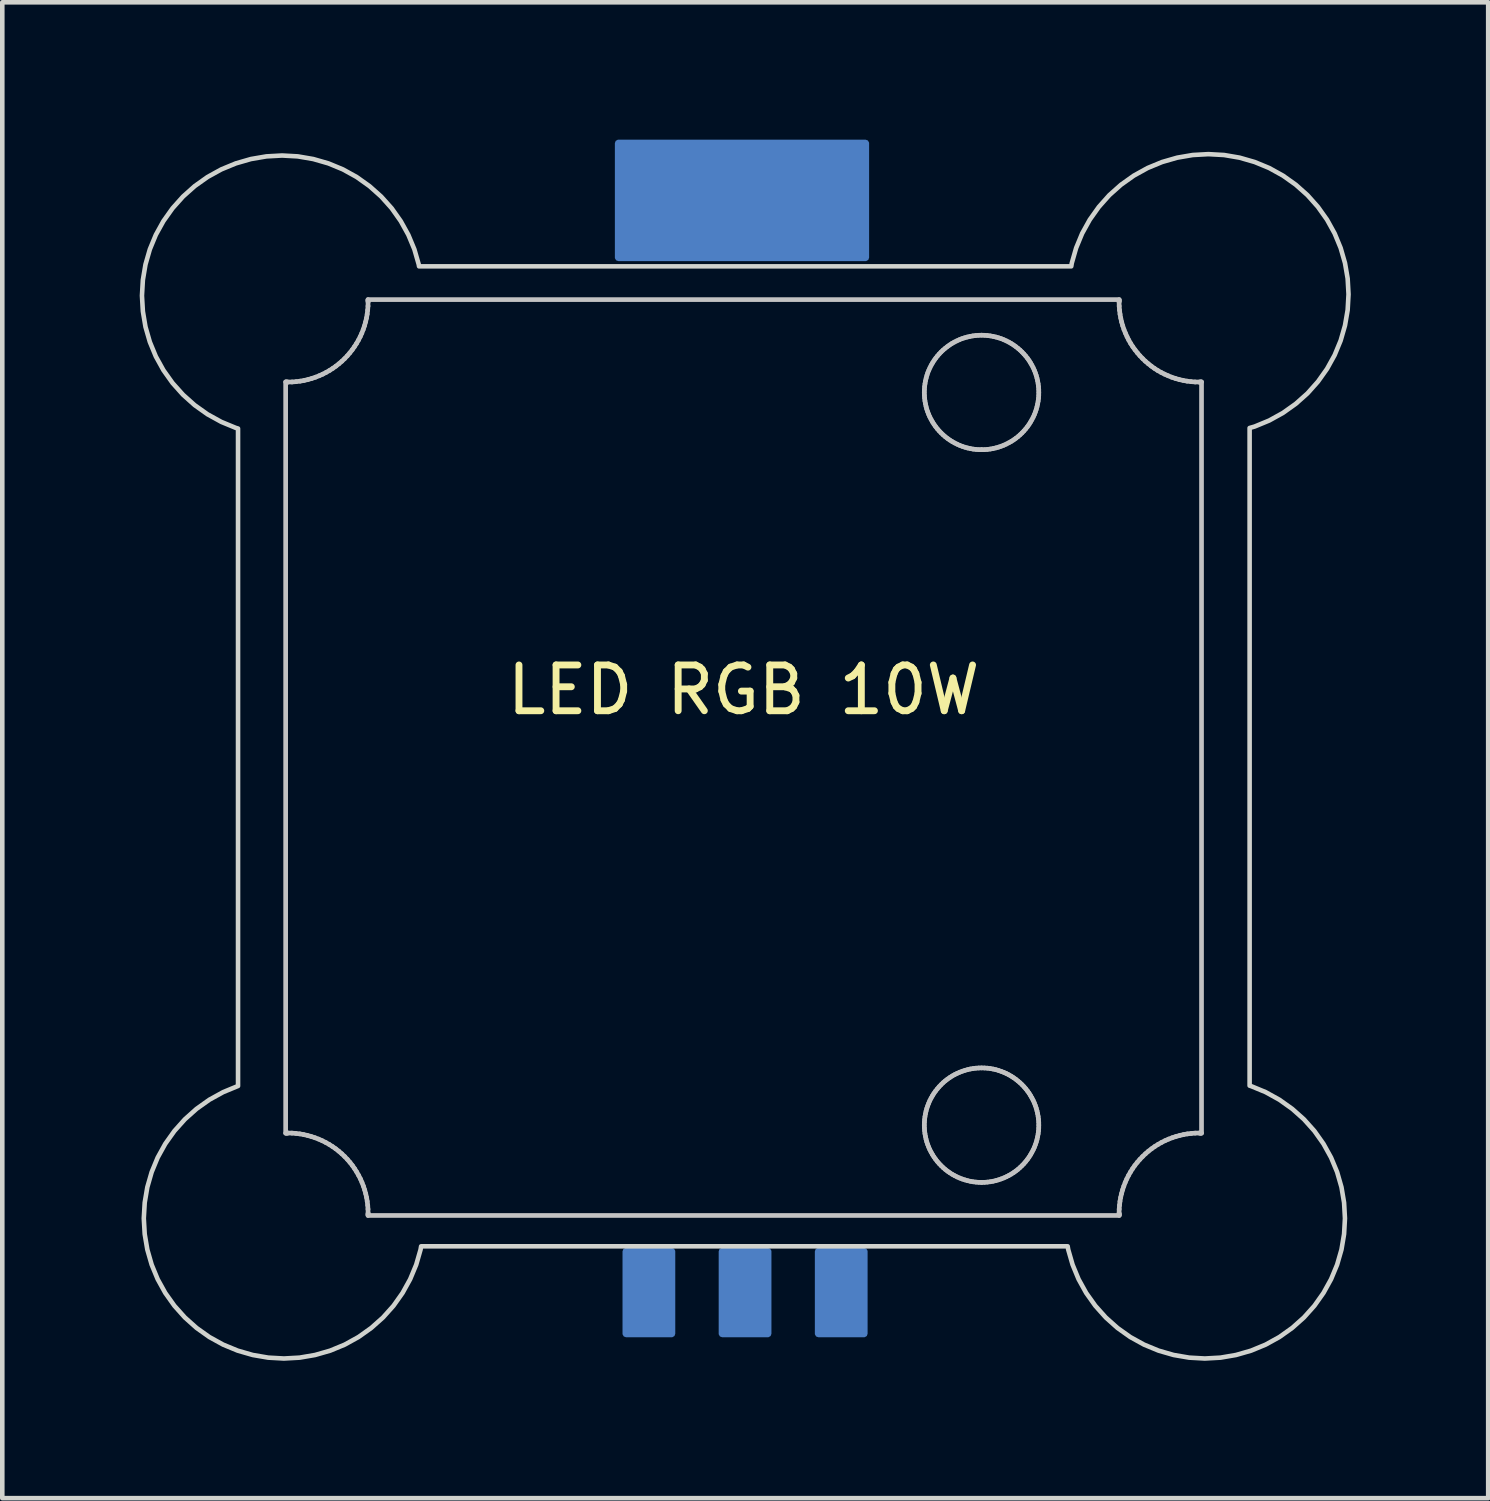
<source format=kicad_pcb>
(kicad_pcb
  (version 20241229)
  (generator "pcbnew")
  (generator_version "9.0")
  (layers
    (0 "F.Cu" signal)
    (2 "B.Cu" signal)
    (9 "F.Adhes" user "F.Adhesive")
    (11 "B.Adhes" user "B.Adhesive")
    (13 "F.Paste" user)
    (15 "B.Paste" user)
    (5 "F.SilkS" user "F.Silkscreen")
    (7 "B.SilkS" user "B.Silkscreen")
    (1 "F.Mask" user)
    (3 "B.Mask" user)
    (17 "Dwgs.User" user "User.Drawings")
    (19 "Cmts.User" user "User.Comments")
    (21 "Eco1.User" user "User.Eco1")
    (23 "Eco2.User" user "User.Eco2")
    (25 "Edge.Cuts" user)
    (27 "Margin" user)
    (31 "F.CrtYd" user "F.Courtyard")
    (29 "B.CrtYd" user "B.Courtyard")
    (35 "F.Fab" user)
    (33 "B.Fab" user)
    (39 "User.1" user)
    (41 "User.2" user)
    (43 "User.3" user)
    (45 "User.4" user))
  (footprint "LED RGB 10W"
    (layer "F.Cu")
    (at 13.188 12.516)
    (property "Reference" "LED RGB 10W" (at 0 -0.5 0) (unlocked yes) (layer "F.SilkS") (effects (font (size 1 1) (thickness 0.15))))
    (attr smd)
    (fp_line (start -10 -7.226) (end -9.987 -7.225) (stroke (width 0.102) (type solid)) (layer "Dwgs.User"))
    (fp_line (start -10 9.179) (end -10 -7.226) (stroke (width 0.102) (type solid)) (layer "Dwgs.User"))
    (fp_line (start -9.987 -7.225) (end -9.975 -7.224) (stroke (width 0.102) (type solid)) (layer "Dwgs.User"))
    (fp_line (start -9.987 9.178) (end -10 9.179) (stroke (width 0.102) (type solid)) (layer "Dwgs.User"))
    (fp_line (start -9.975 9.177) (end -9.987 9.178) (stroke (width 0.102) (type solid)) (layer "Dwgs.User"))
    (fp_line (start -9.975 -7.224) (end -9.962 -7.223) (stroke (width 0.102) (type solid)) (layer "Dwgs.User"))
    (fp_line (start -9.962 9.177) (end -9.975 9.177) (stroke (width 0.102) (type solid)) (layer "Dwgs.User"))
    (fp_line (start -9.962 -7.223) (end -9.95 -7.223) (stroke (width 0.102) (type solid)) (layer "Dwgs.User"))
    (fp_line (start -9.95 9.176) (end -9.962 9.177) (stroke (width 0.102) (type solid)) (layer "Dwgs.User"))
    (fp_line (start -9.95 -7.223) (end -9.86 -7.225) (stroke (width 0.102) (type solid)) (layer "Dwgs.User"))
    (fp_line (start -9.863 9.178) (end -9.95 9.176) (stroke (width 0.102) (type solid)) (layer "Dwgs.User"))
    (fp_line (start -9.86 -7.225) (end -9.771 -7.232) (stroke (width 0.102) (type solid)) (layer "Dwgs.User"))
    (fp_line (start -9.777 9.185) (end -9.863 9.178) (stroke (width 0.102) (type solid)) (layer "Dwgs.User"))
    (fp_line (start -9.771 -7.232) (end -9.683 -7.243) (stroke (width 0.102) (type solid)) (layer "Dwgs.User"))
    (fp_line (start -9.691 9.195) (end -9.777 9.185) (stroke (width 0.102) (type solid)) (layer "Dwgs.User"))
    (fp_line (start -9.683 -7.243) (end -9.597 -7.258) (stroke (width 0.102) (type solid)) (layer "Dwgs.User"))
    (fp_line (start -9.607 9.21) (end -9.691 9.195) (stroke (width 0.102) (type solid)) (layer "Dwgs.User"))
    (fp_line (start -9.597 -7.258) (end -9.512 -7.278) (stroke (width 0.102) (type solid)) (layer "Dwgs.User"))
    (fp_line (start -9.523 9.229) (end -9.607 9.21) (stroke (width 0.102) (type solid)) (layer "Dwgs.User"))
    (fp_line (start -9.512 -7.278) (end -9.429 -7.302) (stroke (width 0.102) (type solid)) (layer "Dwgs.User"))
    (fp_line (start -9.441 9.252) (end -9.523 9.229) (stroke (width 0.102) (type solid)) (layer "Dwgs.User"))
    (fp_line (start -9.429 -7.302) (end -9.348 -7.329) (stroke (width 0.102) (type solid)) (layer "Dwgs.User"))
    (fp_line (start -9.36 9.279) (end -9.441 9.252) (stroke (width 0.102) (type solid)) (layer "Dwgs.User"))
    (fp_line (start -9.348 -7.329) (end -9.269 -7.36) (stroke (width 0.102) (type solid)) (layer "Dwgs.User"))
    (fp_line (start -9.28 9.309) (end -9.36 9.279) (stroke (width 0.102) (type solid)) (layer "Dwgs.User"))
    (fp_line (start -9.269 -7.36) (end -9.191 -7.395) (stroke (width 0.102) (type solid)) (layer "Dwgs.User"))
    (fp_line (start -9.202 9.344) (end -9.28 9.309) (stroke (width 0.102) (type solid)) (layer "Dwgs.User"))
    (fp_line (start -9.191 -7.395) (end -9.116 -7.434) (stroke (width 0.102) (type solid)) (layer "Dwgs.User"))
    (fp_line (start -9.126 9.382) (end -9.202 9.344) (stroke (width 0.102) (type solid)) (layer "Dwgs.User"))
    (fp_line (start -9.116 -7.434) (end -9.042 -7.476) (stroke (width 0.102) (type solid)) (layer "Dwgs.User"))
    (fp_line (start -9.051 9.424) (end -9.126 9.382) (stroke (width 0.102) (type solid)) (layer "Dwgs.User"))
    (fp_line (start -9.042 -7.476) (end -8.971 -7.522) (stroke (width 0.102) (type solid)) (layer "Dwgs.User"))
    (fp_line (start -8.979 9.47) (end -9.051 9.424) (stroke (width 0.102) (type solid)) (layer "Dwgs.User"))
    (fp_line (start -8.971 -7.522) (end -8.903 -7.57) (stroke (width 0.102) (type solid)) (layer "Dwgs.User"))
    (fp_line (start -8.909 9.519) (end -8.979 9.47) (stroke (width 0.102) (type solid)) (layer "Dwgs.User"))
    (fp_line (start -8.903 -7.57) (end -8.837 -7.622) (stroke (width 0.102) (type solid)) (layer "Dwgs.User"))
    (fp_line (start -8.841 9.572) (end -8.909 9.519) (stroke (width 0.102) (type solid)) (layer "Dwgs.User"))
    (fp_line (start -8.837 -7.622) (end -8.773 -7.677) (stroke (width 0.102) (type solid)) (layer "Dwgs.User"))
    (fp_line (start -8.775 9.629) (end -8.841 9.572) (stroke (width 0.102) (type solid)) (layer "Dwgs.User"))
    (fp_line (start -8.773 -7.677) (end -8.712 -7.735) (stroke (width 0.102) (type solid)) (layer "Dwgs.User"))
    (fp_line (start -8.712 -7.735) (end -8.654 -7.796) (stroke (width 0.102) (type solid)) (layer "Dwgs.User"))
    (fp_line (start -8.712 9.689) (end -8.775 9.629) (stroke (width 0.102) (type solid)) (layer "Dwgs.User"))
    (fp_line (start -8.654 -7.796) (end -8.599 -7.86) (stroke (width 0.102) (type solid)) (layer "Dwgs.User"))
    (fp_line (start -8.652 9.752) (end -8.712 9.689) (stroke (width 0.102) (type solid)) (layer "Dwgs.User"))
    (fp_line (start -8.599 -7.86) (end -8.547 -7.926) (stroke (width 0.102) (type solid)) (layer "Dwgs.User"))
    (fp_line (start -8.596 9.817) (end -8.652 9.752) (stroke (width 0.102) (type solid)) (layer "Dwgs.User"))
    (fp_line (start -8.547 -7.926) (end -8.499 -7.994) (stroke (width 0.102) (type solid)) (layer "Dwgs.User"))
    (fp_line (start -8.543 9.885) (end -8.596 9.817) (stroke (width 0.102) (type solid)) (layer "Dwgs.User"))
    (fp_line (start -8.499 -7.994) (end -8.453 -8.065) (stroke (width 0.102) (type solid)) (layer "Dwgs.User"))
    (fp_line (start -8.494 9.955) (end -8.543 9.885) (stroke (width 0.102) (type solid)) (layer "Dwgs.User"))
    (fp_line (start -8.453 -8.065) (end -8.411 -8.138) (stroke (width 0.102) (type solid)) (layer "Dwgs.User"))
    (fp_line (start -8.448 10.028) (end -8.494 9.955) (stroke (width 0.102) (type solid)) (layer "Dwgs.User"))
    (fp_line (start -8.411 -8.138) (end -8.372 -8.214) (stroke (width 0.102) (type solid)) (layer "Dwgs.User"))
    (fp_line (start -8.406 10.102) (end -8.448 10.028) (stroke (width 0.102) (type solid)) (layer "Dwgs.User"))
    (fp_line (start -8.372 -8.214) (end -8.337 -8.291) (stroke (width 0.102) (type solid)) (layer "Dwgs.User"))
    (fp_line (start -8.367 10.178) (end -8.406 10.102) (stroke (width 0.102) (type solid)) (layer "Dwgs.User"))
    (fp_line (start -8.337 -8.291) (end -8.306 -8.371) (stroke (width 0.102) (type solid)) (layer "Dwgs.User"))
    (fp_line (start -8.333 10.256) (end -8.367 10.178) (stroke (width 0.102) (type solid)) (layer "Dwgs.User"))
    (fp_line (start -8.306 -8.371) (end -8.278 -8.452) (stroke (width 0.102) (type solid)) (layer "Dwgs.User"))
    (fp_line (start -8.302 10.336) (end -8.333 10.256) (stroke (width 0.102) (type solid)) (layer "Dwgs.User"))
    (fp_line (start -8.278 -8.452) (end -8.255 -8.535) (stroke (width 0.102) (type solid)) (layer "Dwgs.User"))
    (fp_line (start -8.275 10.417) (end -8.302 10.336) (stroke (width 0.102) (type solid)) (layer "Dwgs.User"))
    (fp_line (start -8.255 -8.535) (end -8.235 -8.62) (stroke (width 0.102) (type solid)) (layer "Dwgs.User"))
    (fp_line (start -8.252 10.5) (end -8.275 10.417) (stroke (width 0.102) (type solid)) (layer "Dwgs.User"))
    (fp_line (start -8.235 -8.62) (end -8.22 -8.706) (stroke (width 0.102) (type solid)) (layer "Dwgs.User"))
    (fp_line (start -8.233 10.583) (end -8.252 10.5) (stroke (width 0.102) (type solid)) (layer "Dwgs.User"))
    (fp_line (start -8.22 -8.706) (end -8.209 -8.794) (stroke (width 0.102) (type solid)) (layer "Dwgs.User"))
    (fp_line (start -8.219 10.668) (end -8.233 10.583) (stroke (width 0.102) (type solid)) (layer "Dwgs.User"))
    (fp_line (start -8.209 -8.794) (end -8.202 -8.882) (stroke (width 0.102) (type solid)) (layer "Dwgs.User"))
    (fp_line (start -8.208 10.753) (end -8.219 10.668) (stroke (width 0.102) (type solid)) (layer "Dwgs.User"))
    (fp_line (start -8.202 -9.023) (end 8.202 -9.023) (stroke (width 0.102) (type solid)) (layer "Dwgs.User"))
    (fp_line (start -8.202 -8.882) (end -8.2 -8.973) (stroke (width 0.102) (type solid)) (layer "Dwgs.User"))
    (fp_line (start -8.202 10.839) (end -8.208 10.753) (stroke (width 0.102) (type solid)) (layer "Dwgs.User"))
    (fp_line (start -8.202 -9.01) (end -8.202 -9.023) (stroke (width 0.102) (type solid)) (layer "Dwgs.User"))
    (fp_line (start -8.201 10.976) (end -8.201 10.963) (stroke (width 0.102) (type solid)) (layer "Dwgs.User"))
    (fp_line (start -8.201 -8.998) (end -8.202 -9.01) (stroke (width 0.102) (type solid)) (layer "Dwgs.User"))
    (fp_line (start -8.201 10.963) (end -8.2 10.951) (stroke (width 0.102) (type solid)) (layer "Dwgs.User"))
    (fp_line (start -8.2 10.951) (end -8.2 10.939) (stroke (width 0.102) (type solid)) (layer "Dwgs.User"))
    (fp_line (start -8.2 -8.985) (end -8.201 -8.998) (stroke (width 0.102) (type solid)) (layer "Dwgs.User"))
    (fp_line (start -8.2 10.939) (end -8.2 10.926) (stroke (width 0.102) (type solid)) (layer "Dwgs.User"))
    (fp_line (start -8.2 -8.973) (end -8.2 -8.985) (stroke (width 0.102) (type solid)) (layer "Dwgs.User"))
    (fp_line (start -8.2 10.926) (end -8.202 10.839) (stroke (width 0.102) (type solid)) (layer "Dwgs.User"))
    (fp_line (start 3.946 -6.996) (end 3.948 -6.934) (stroke (width 0.102) (type solid)) (layer "Dwgs.User"))
    (fp_line (start 3.946 9.004) (end 3.948 9.066) (stroke (width 0.102) (type solid)) (layer "Dwgs.User"))
    (fp_line (start 3.948 8.942) (end 3.946 9.004) (stroke (width 0.102) (type solid)) (layer "Dwgs.User"))
    (fp_line (start 3.948 -6.934) (end 3.953 -6.872) (stroke (width 0.102) (type solid)) (layer "Dwgs.User"))
    (fp_line (start 3.948 9.066) (end 3.953 9.128) (stroke (width 0.102) (type solid)) (layer "Dwgs.User"))
    (fp_line (start 3.948 -7.06) (end 3.946 -6.996) (stroke (width 0.102) (type solid)) (layer "Dwgs.User"))
    (fp_line (start 3.953 8.881) (end 3.948 8.942) (stroke (width 0.102) (type solid)) (layer "Dwgs.User"))
    (fp_line (start 3.953 -6.872) (end 3.96 -6.811) (stroke (width 0.102) (type solid)) (layer "Dwgs.User"))
    (fp_line (start 3.953 9.128) (end 3.96 9.189) (stroke (width 0.102) (type solid)) (layer "Dwgs.User"))
    (fp_line (start 3.953 -7.124) (end 3.948 -7.06) (stroke (width 0.102) (type solid)) (layer "Dwgs.User"))
    (fp_line (start 3.96 8.82) (end 3.953 8.881) (stroke (width 0.102) (type solid)) (layer "Dwgs.User"))
    (fp_line (start 3.96 -6.811) (end 3.971 -6.751) (stroke (width 0.102) (type solid)) (layer "Dwgs.User"))
    (fp_line (start 3.96 9.189) (end 3.971 9.249) (stroke (width 0.102) (type solid)) (layer "Dwgs.User"))
    (fp_line (start 3.961 -7.186) (end 3.953 -7.124) (stroke (width 0.102) (type solid)) (layer "Dwgs.User"))
    (fp_line (start 3.971 8.759) (end 3.96 8.82) (stroke (width 0.102) (type solid)) (layer "Dwgs.User"))
    (fp_line (start 3.971 -6.751) (end 3.984 -6.691) (stroke (width 0.102) (type solid)) (layer "Dwgs.User"))
    (fp_line (start 3.971 9.249) (end 3.984 9.309) (stroke (width 0.102) (type solid)) (layer "Dwgs.User"))
    (fp_line (start 3.972 -7.248) (end 3.961 -7.186) (stroke (width 0.102) (type solid)) (layer "Dwgs.User"))
    (fp_line (start 3.984 8.699) (end 3.971 8.759) (stroke (width 0.102) (type solid)) (layer "Dwgs.User"))
    (fp_line (start 3.984 9.309) (end 4 9.368) (stroke (width 0.102) (type solid)) (layer "Dwgs.User"))
    (fp_line (start 3.984 -6.691) (end 4 -6.632) (stroke (width 0.102) (type solid)) (layer "Dwgs.User"))
    (fp_line (start 3.986 -7.308) (end 3.972 -7.248) (stroke (width 0.102) (type solid)) (layer "Dwgs.User"))
    (fp_line (start 4 8.641) (end 3.984 8.699) (stroke (width 0.102) (type solid)) (layer "Dwgs.User"))
    (fp_line (start 4 9.368) (end 4.02 9.426) (stroke (width 0.102) (type solid)) (layer "Dwgs.User"))
    (fp_line (start 4 -6.632) (end 4.02 -6.574) (stroke (width 0.102) (type solid)) (layer "Dwgs.User"))
    (fp_line (start 4.003 -7.368) (end 3.986 -7.308) (stroke (width 0.102) (type solid)) (layer "Dwgs.User"))
    (fp_line (start 4.02 8.583) (end 4 8.641) (stroke (width 0.102) (type solid)) (layer "Dwgs.User"))
    (fp_line (start 4.02 -6.574) (end 4.042 -6.517) (stroke (width 0.102) (type solid)) (layer "Dwgs.User"))
    (fp_line (start 4.02 9.426) (end 4.042 9.483) (stroke (width 0.102) (type solid)) (layer "Dwgs.User"))
    (fp_line (start 4.022 -7.426) (end 4.003 -7.368) (stroke (width 0.102) (type solid)) (layer "Dwgs.User"))
    (fp_line (start 4.042 8.526) (end 4.02 8.583) (stroke (width 0.102) (type solid)) (layer "Dwgs.User"))
    (fp_line (start 4.042 -6.517) (end 4.066 -6.462) (stroke (width 0.102) (type solid)) (layer "Dwgs.User"))
    (fp_line (start 4.042 9.483) (end 4.066 9.538) (stroke (width 0.102) (type solid)) (layer "Dwgs.User"))
    (fp_line (start 4.045 -7.482) (end 4.022 -7.426) (stroke (width 0.102) (type solid)) (layer "Dwgs.User"))
    (fp_line (start 4.066 8.47) (end 4.042 8.526) (stroke (width 0.102) (type solid)) (layer "Dwgs.User"))
    (fp_line (start 4.066 9.538) (end 4.094 9.593) (stroke (width 0.102) (type solid)) (layer "Dwgs.User"))
    (fp_line (start 4.066 -6.462) (end 4.094 -6.407) (stroke (width 0.102) (type solid)) (layer "Dwgs.User"))
    (fp_line (start 4.07 -7.538) (end 4.045 -7.482) (stroke (width 0.102) (type solid)) (layer "Dwgs.User"))
    (fp_line (start 4.094 8.415) (end 4.066 8.47) (stroke (width 0.102) (type solid)) (layer "Dwgs.User"))
    (fp_line (start 4.094 9.593) (end 4.124 9.646) (stroke (width 0.102) (type solid)) (layer "Dwgs.User"))
    (fp_line (start 4.094 -6.407) (end 4.124 -6.354) (stroke (width 0.102) (type solid)) (layer "Dwgs.User"))
    (fp_line (start 4.097 -7.592) (end 4.07 -7.538) (stroke (width 0.102) (type solid)) (layer "Dwgs.User"))
    (fp_line (start 4.124 8.362) (end 4.094 8.415) (stroke (width 0.102) (type solid)) (layer "Dwgs.User"))
    (fp_line (start 4.124 9.646) (end 4.157 9.698) (stroke (width 0.102) (type solid)) (layer "Dwgs.User"))
    (fp_line (start 4.124 -6.354) (end 4.157 -6.302) (stroke (width 0.102) (type solid)) (layer "Dwgs.User"))
    (fp_line (start 4.128 -7.644) (end 4.097 -7.592) (stroke (width 0.102) (type solid)) (layer "Dwgs.User"))
    (fp_line (start 4.156 8.311) (end 4.124 8.362) (stroke (width 0.102) (type solid)) (layer "Dwgs.User"))
    (fp_line (start 4.157 9.698) (end 4.192 9.748) (stroke (width 0.102) (type solid)) (layer "Dwgs.User"))
    (fp_line (start 4.157 -6.302) (end 4.192 -6.252) (stroke (width 0.102) (type solid)) (layer "Dwgs.User"))
    (fp_line (start 4.16 -7.695) (end 4.128 -7.644) (stroke (width 0.102) (type solid)) (layer "Dwgs.User"))
    (fp_line (start 4.192 8.26) (end 4.156 8.311) (stroke (width 0.102) (type solid)) (layer "Dwgs.User"))
    (fp_line (start 4.192 9.748) (end 4.23 9.797) (stroke (width 0.102) (type solid)) (layer "Dwgs.User"))
    (fp_line (start 4.192 -6.252) (end 4.23 -6.203) (stroke (width 0.102) (type solid)) (layer "Dwgs.User"))
    (fp_line (start 4.195 -7.744) (end 4.16 -7.695) (stroke (width 0.102) (type solid)) (layer "Dwgs.User"))
    (fp_line (start 4.23 8.212) (end 4.192 8.26) (stroke (width 0.102) (type solid)) (layer "Dwgs.User"))
    (fp_line (start 4.23 9.797) (end 4.27 9.843) (stroke (width 0.102) (type solid)) (layer "Dwgs.User"))
    (fp_line (start 4.23 -6.203) (end 4.27 -6.157) (stroke (width 0.102) (type solid)) (layer "Dwgs.User"))
    (fp_line (start 4.232 -7.791) (end 4.195 -7.744) (stroke (width 0.102) (type solid)) (layer "Dwgs.User"))
    (fp_line (start 4.27 8.165) (end 4.23 8.212) (stroke (width 0.102) (type solid)) (layer "Dwgs.User"))
    (fp_line (start 4.27 -6.157) (end 4.313 -6.112) (stroke (width 0.102) (type solid)) (layer "Dwgs.User"))
    (fp_line (start 4.27 9.843) (end 4.313 9.888) (stroke (width 0.102) (type solid)) (layer "Dwgs.User"))
    (fp_line (start 4.271 -7.836) (end 4.232 -7.791) (stroke (width 0.102) (type solid)) (layer "Dwgs.User"))
    (fp_line (start 4.313 8.12) (end 4.27 8.165) (stroke (width 0.102) (type solid)) (layer "Dwgs.User"))
    (fp_line (start 4.313 9.888) (end 4.358 9.931) (stroke (width 0.102) (type solid)) (layer "Dwgs.User"))
    (fp_line (start 4.313 -6.112) (end 4.358 -6.069) (stroke (width 0.102) (type solid)) (layer "Dwgs.User"))
    (fp_line (start 4.313 -7.88) (end 4.271 -7.836) (stroke (width 0.102) (type solid)) (layer "Dwgs.User"))
    (fp_line (start 4.356 -7.921) (end 4.313 -7.88) (stroke (width 0.102) (type solid)) (layer "Dwgs.User"))
    (fp_line (start 4.357 8.077) (end 4.313 8.12) (stroke (width 0.102) (type solid)) (layer "Dwgs.User"))
    (fp_line (start 4.358 9.931) (end 4.404 9.971) (stroke (width 0.102) (type solid)) (layer "Dwgs.User"))
    (fp_line (start 4.358 -6.069) (end 4.404 -6.029) (stroke (width 0.102) (type solid)) (layer "Dwgs.User"))
    (fp_line (start 4.402 -7.96) (end 4.356 -7.921) (stroke (width 0.102) (type solid)) (layer "Dwgs.User"))
    (fp_line (start 4.404 8.037) (end 4.357 8.077) (stroke (width 0.102) (type solid)) (layer "Dwgs.User"))
    (fp_line (start 4.404 9.971) (end 4.453 10.009) (stroke (width 0.102) (type solid)) (layer "Dwgs.User"))
    (fp_line (start 4.404 -6.029) (end 4.453 -5.991) (stroke (width 0.102) (type solid)) (layer "Dwgs.User"))
    (fp_line (start 4.449 -7.997) (end 4.402 -7.96) (stroke (width 0.102) (type solid)) (layer "Dwgs.User"))
    (fp_line (start 4.453 7.999) (end 4.404 8.037) (stroke (width 0.102) (type solid)) (layer "Dwgs.User"))
    (fp_line (start 4.453 10.009) (end 4.503 10.044) (stroke (width 0.102) (type solid)) (layer "Dwgs.User"))
    (fp_line (start 4.453 -5.991) (end 4.503 -5.956) (stroke (width 0.102) (type solid)) (layer "Dwgs.User"))
    (fp_line (start 4.498 -8.032) (end 4.449 -7.997) (stroke (width 0.102) (type solid)) (layer "Dwgs.User"))
    (fp_line (start 4.503 7.964) (end 4.453 7.999) (stroke (width 0.102) (type solid)) (layer "Dwgs.User"))
    (fp_line (start 4.503 10.044) (end 4.555 10.077) (stroke (width 0.102) (type solid)) (layer "Dwgs.User"))
    (fp_line (start 4.503 -5.956) (end 4.555 -5.923) (stroke (width 0.102) (type solid)) (layer "Dwgs.User"))
    (fp_line (start 4.548 -8.065) (end 4.498 -8.032) (stroke (width 0.102) (type solid)) (layer "Dwgs.User"))
    (fp_line (start 4.555 7.931) (end 4.503 7.964) (stroke (width 0.102) (type solid)) (layer "Dwgs.User"))
    (fp_line (start 4.555 10.077) (end 4.608 10.107) (stroke (width 0.102) (type solid)) (layer "Dwgs.User"))
    (fp_line (start 4.555 -5.923) (end 4.608 -5.893) (stroke (width 0.102) (type solid)) (layer "Dwgs.User"))
    (fp_line (start 4.601 -8.095) (end 4.548 -8.065) (stroke (width 0.102) (type solid)) (layer "Dwgs.User"))
    (fp_line (start 4.608 7.901) (end 4.555 7.931) (stroke (width 0.102) (type solid)) (layer "Dwgs.User"))
    (fp_line (start 4.608 10.107) (end 4.663 10.135) (stroke (width 0.102) (type solid)) (layer "Dwgs.User"))
    (fp_line (start 4.608 -5.893) (end 4.663 -5.866) (stroke (width 0.102) (type solid)) (layer "Dwgs.User"))
    (fp_line (start 4.655 -8.122) (end 4.601 -8.095) (stroke (width 0.102) (type solid)) (layer "Dwgs.User"))
    (fp_line (start 4.662 7.874) (end 4.608 7.901) (stroke (width 0.102) (type solid)) (layer "Dwgs.User"))
    (fp_line (start 4.663 10.135) (end 4.718 10.159) (stroke (width 0.102) (type solid)) (layer "Dwgs.User"))
    (fp_line (start 4.663 -5.866) (end 4.718 -5.841) (stroke (width 0.102) (type solid)) (layer "Dwgs.User"))
    (fp_line (start 4.71 -8.147) (end 4.655 -8.122) (stroke (width 0.102) (type solid)) (layer "Dwgs.User"))
    (fp_line (start 4.718 7.849) (end 4.662 7.874) (stroke (width 0.102) (type solid)) (layer "Dwgs.User"))
    (fp_line (start 4.718 10.159) (end 4.775 10.181) (stroke (width 0.102) (type solid)) (layer "Dwgs.User"))
    (fp_line (start 4.718 -5.841) (end 4.775 -5.819) (stroke (width 0.102) (type solid)) (layer "Dwgs.User"))
    (fp_line (start 4.767 -8.17) (end 4.71 -8.147) (stroke (width 0.102) (type solid)) (layer "Dwgs.User"))
    (fp_line (start 4.775 7.827) (end 4.718 7.849) (stroke (width 0.102) (type solid)) (layer "Dwgs.User"))
    (fp_line (start 4.775 -5.819) (end 4.833 -5.8) (stroke (width 0.102) (type solid)) (layer "Dwgs.User"))
    (fp_line (start 4.775 10.181) (end 4.833 10.2) (stroke (width 0.102) (type solid)) (layer "Dwgs.User"))
    (fp_line (start 4.825 -8.189) (end 4.767 -8.17) (stroke (width 0.102) (type solid)) (layer "Dwgs.User"))
    (fp_line (start 4.833 7.808) (end 4.775 7.827) (stroke (width 0.102) (type solid)) (layer "Dwgs.User"))
    (fp_line (start 4.833 -5.8) (end 4.892 -5.783) (stroke (width 0.102) (type solid)) (layer "Dwgs.User"))
    (fp_line (start 4.833 10.2) (end 4.892 10.217) (stroke (width 0.102) (type solid)) (layer "Dwgs.User"))
    (fp_line (start 4.884 -8.206) (end 4.825 -8.189) (stroke (width 0.102) (type solid)) (layer "Dwgs.User"))
    (fp_line (start 4.892 7.792) (end 4.833 7.808) (stroke (width 0.102) (type solid)) (layer "Dwgs.User"))
    (fp_line (start 4.892 -5.783) (end 4.952 -5.77) (stroke (width 0.102) (type solid)) (layer "Dwgs.User"))
    (fp_line (start 4.892 10.217) (end 4.952 10.23) (stroke (width 0.102) (type solid)) (layer "Dwgs.User"))
    (fp_line (start 4.945 -8.22) (end 4.884 -8.206) (stroke (width 0.102) (type solid)) (layer "Dwgs.User"))
    (fp_line (start 4.951 7.778) (end 4.892 7.792) (stroke (width 0.102) (type solid)) (layer "Dwgs.User"))
    (fp_line (start 4.952 -5.77) (end 5.012 -5.759) (stroke (width 0.102) (type solid)) (layer "Dwgs.User"))
    (fp_line (start 4.952 10.23) (end 5.012 10.241) (stroke (width 0.102) (type solid)) (layer "Dwgs.User"))
    (fp_line (start 5.006 -8.231) (end 4.945 -8.22) (stroke (width 0.102) (type solid)) (layer "Dwgs.User"))
    (fp_line (start 5.012 7.768) (end 4.951 7.778) (stroke (width 0.102) (type solid)) (layer "Dwgs.User"))
    (fp_line (start 5.012 -5.759) (end 5.073 -5.752) (stroke (width 0.102) (type solid)) (layer "Dwgs.User"))
    (fp_line (start 5.012 10.241) (end 5.073 10.248) (stroke (width 0.102) (type solid)) (layer "Dwgs.User"))
    (fp_line (start 5.069 -8.239) (end 5.006 -8.231) (stroke (width 0.102) (type solid)) (layer "Dwgs.User"))
    (fp_line (start 5.073 7.76) (end 5.012 7.768) (stroke (width 0.102) (type solid)) (layer "Dwgs.User"))
    (fp_line (start 5.073 -5.752) (end 5.135 -5.747) (stroke (width 0.102) (type solid)) (layer "Dwgs.User"))
    (fp_line (start 5.073 10.248) (end 5.135 10.253) (stroke (width 0.102) (type solid)) (layer "Dwgs.User"))
    (fp_line (start 5.132 -8.244) (end 5.069 -8.239) (stroke (width 0.102) (type solid)) (layer "Dwgs.User"))
    (fp_line (start 5.134 7.756) (end 5.073 7.76) (stroke (width 0.102) (type solid)) (layer "Dwgs.User"))
    (fp_line (start 5.135 -5.747) (end 5.197 -5.746) (stroke (width 0.102) (type solid)) (layer "Dwgs.User"))
    (fp_line (start 5.135 10.253) (end 5.197 10.254) (stroke (width 0.102) (type solid)) (layer "Dwgs.User"))
    (fp_line (start 5.196 7.754) (end 5.134 7.756) (stroke (width 0.102) (type solid)) (layer "Dwgs.User"))
    (fp_line (start 5.197 -8.246) (end 5.132 -8.244) (stroke (width 0.102) (type solid)) (layer "Dwgs.User"))
    (fp_line (start 5.197 -5.746) (end 5.261 -5.747) (stroke (width 0.102) (type solid)) (layer "Dwgs.User"))
    (fp_line (start 5.197 10.254) (end 5.261 10.253) (stroke (width 0.102) (type solid)) (layer "Dwgs.User"))
    (fp_line (start 5.197 -5.746) (end 5.197 -5.746) (stroke (width 0.102) (type solid)) (layer "Dwgs.User"))
    (fp_line (start 5.197 10.254) (end 5.197 10.254) (stroke (width 0.102) (type solid)) (layer "Dwgs.User"))
    (fp_line (start 5.261 7.756) (end 5.196 7.754) (stroke (width 0.102) (type solid)) (layer "Dwgs.User"))
    (fp_line (start 5.261 -8.244) (end 5.197 -8.246) (stroke (width 0.102) (type solid)) (layer "Dwgs.User"))
    (fp_line (start 5.261 -5.747) (end 5.324 -5.752) (stroke (width 0.102) (type solid)) (layer "Dwgs.User"))
    (fp_line (start 5.261 10.253) (end 5.324 10.248) (stroke (width 0.102) (type solid)) (layer "Dwgs.User"))
    (fp_line (start 5.324 7.76) (end 5.261 7.756) (stroke (width 0.102) (type solid)) (layer "Dwgs.User"))
    (fp_line (start 5.324 -8.239) (end 5.261 -8.244) (stroke (width 0.102) (type solid)) (layer "Dwgs.User"))
    (fp_line (start 5.324 -5.752) (end 5.387 -5.76) (stroke (width 0.102) (type solid)) (layer "Dwgs.User"))
    (fp_line (start 5.324 10.248) (end 5.387 10.24) (stroke (width 0.102) (type solid)) (layer "Dwgs.User"))
    (fp_line (start 5.387 7.768) (end 5.324 7.76) (stroke (width 0.102) (type solid)) (layer "Dwgs.User"))
    (fp_line (start 5.387 -8.231) (end 5.324 -8.239) (stroke (width 0.102) (type solid)) (layer "Dwgs.User"))
    (fp_line (start 5.387 -5.76) (end 5.448 -5.771) (stroke (width 0.102) (type solid)) (layer "Dwgs.User"))
    (fp_line (start 5.387 10.24) (end 5.448 10.229) (stroke (width 0.102) (type solid)) (layer "Dwgs.User"))
    (fp_line (start 5.448 7.779) (end 5.387 7.768) (stroke (width 0.102) (type solid)) (layer "Dwgs.User"))
    (fp_line (start 5.448 -8.22) (end 5.387 -8.231) (stroke (width 0.102) (type solid)) (layer "Dwgs.User"))
    (fp_line (start 5.448 -5.771) (end 5.509 -5.785) (stroke (width 0.102) (type solid)) (layer "Dwgs.User"))
    (fp_line (start 5.448 10.229) (end 5.509 10.215) (stroke (width 0.102) (type solid)) (layer "Dwgs.User"))
    (fp_line (start 5.509 7.793) (end 5.448 7.779) (stroke (width 0.102) (type solid)) (layer "Dwgs.User"))
    (fp_line (start 5.509 -8.206) (end 5.448 -8.22) (stroke (width 0.102) (type solid)) (layer "Dwgs.User"))
    (fp_line (start 5.509 10.215) (end 5.568 10.198) (stroke (width 0.102) (type solid)) (layer "Dwgs.User"))
    (fp_line (start 5.509 -5.785) (end 5.568 -5.802) (stroke (width 0.102) (type solid)) (layer "Dwgs.User"))
    (fp_line (start 5.568 -8.189) (end 5.509 -8.206) (stroke (width 0.102) (type solid)) (layer "Dwgs.User"))
    (fp_line (start 5.568 7.81) (end 5.509 7.793) (stroke (width 0.102) (type solid)) (layer "Dwgs.User"))
    (fp_line (start 5.568 -5.802) (end 5.626 -5.822) (stroke (width 0.102) (type solid)) (layer "Dwgs.User"))
    (fp_line (start 5.568 10.198) (end 5.626 10.178) (stroke (width 0.102) (type solid)) (layer "Dwgs.User"))
    (fp_line (start 5.626 -8.17) (end 5.568 -8.189) (stroke (width 0.102) (type solid)) (layer "Dwgs.User"))
    (fp_line (start 5.626 7.83) (end 5.568 7.81) (stroke (width 0.102) (type solid)) (layer "Dwgs.User"))
    (fp_line (start 5.626 10.178) (end 5.683 10.156) (stroke (width 0.102) (type solid)) (layer "Dwgs.User"))
    (fp_line (start 5.626 -5.822) (end 5.683 -5.844) (stroke (width 0.102) (type solid)) (layer "Dwgs.User"))
    (fp_line (start 5.683 -8.147) (end 5.626 -8.17) (stroke (width 0.102) (type solid)) (layer "Dwgs.User"))
    (fp_line (start 5.683 7.852) (end 5.626 7.83) (stroke (width 0.102) (type solid)) (layer "Dwgs.User"))
    (fp_line (start 5.683 10.156) (end 5.738 10.131) (stroke (width 0.102) (type solid)) (layer "Dwgs.User"))
    (fp_line (start 5.683 -5.844) (end 5.738 -5.869) (stroke (width 0.102) (type solid)) (layer "Dwgs.User"))
    (fp_line (start 5.738 -8.122) (end 5.683 -8.147) (stroke (width 0.102) (type solid)) (layer "Dwgs.User"))
    (fp_line (start 5.738 7.877) (end 5.683 7.852) (stroke (width 0.102) (type solid)) (layer "Dwgs.User"))
    (fp_line (start 5.738 10.131) (end 5.792 10.103) (stroke (width 0.102) (type solid)) (layer "Dwgs.User"))
    (fp_line (start 5.738 -5.869) (end 5.792 -5.897) (stroke (width 0.102) (type solid)) (layer "Dwgs.User"))
    (fp_line (start 5.792 -8.095) (end 5.738 -8.122) (stroke (width 0.102) (type solid)) (layer "Dwgs.User"))
    (fp_line (start 5.792 7.905) (end 5.738 7.877) (stroke (width 0.102) (type solid)) (layer "Dwgs.User"))
    (fp_line (start 5.792 10.103) (end 5.845 10.073) (stroke (width 0.102) (type solid)) (layer "Dwgs.User"))
    (fp_line (start 5.792 -5.897) (end 5.845 -5.927) (stroke (width 0.102) (type solid)) (layer "Dwgs.User"))
    (fp_line (start 5.844 -8.065) (end 5.792 -8.095) (stroke (width 0.102) (type solid)) (layer "Dwgs.User"))
    (fp_line (start 5.845 7.935) (end 5.792 7.905) (stroke (width 0.102) (type solid)) (layer "Dwgs.User"))
    (fp_line (start 5.845 10.073) (end 5.895 10.041) (stroke (width 0.102) (type solid)) (layer "Dwgs.User"))
    (fp_line (start 5.845 -5.927) (end 5.895 -5.959) (stroke (width 0.102) (type solid)) (layer "Dwgs.User"))
    (fp_line (start 5.895 -8.032) (end 5.844 -8.065) (stroke (width 0.102) (type solid)) (layer "Dwgs.User"))
    (fp_line (start 5.895 7.968) (end 5.845 7.935) (stroke (width 0.102) (type solid)) (layer "Dwgs.User"))
    (fp_line (start 5.895 10.041) (end 5.944 10.006) (stroke (width 0.102) (type solid)) (layer "Dwgs.User"))
    (fp_line (start 5.895 -5.959) (end 5.944 -5.994) (stroke (width 0.102) (type solid)) (layer "Dwgs.User"))
    (fp_line (start 5.944 -7.997) (end 5.895 -8.032) (stroke (width 0.102) (type solid)) (layer "Dwgs.User"))
    (fp_line (start 5.944 8.002) (end 5.895 7.968) (stroke (width 0.102) (type solid)) (layer "Dwgs.User"))
    (fp_line (start 5.944 10.006) (end 5.992 9.969) (stroke (width 0.102) (type solid)) (layer "Dwgs.User"))
    (fp_line (start 5.944 -5.994) (end 5.992 -6.031) (stroke (width 0.102) (type solid)) (layer "Dwgs.User"))
    (fp_line (start 5.991 -7.96) (end 5.944 -7.997) (stroke (width 0.102) (type solid)) (layer "Dwgs.User"))
    (fp_line (start 5.991 8.04) (end 5.944 8.002) (stroke (width 0.102) (type solid)) (layer "Dwgs.User"))
    (fp_line (start 5.992 9.969) (end 6.037 9.929) (stroke (width 0.102) (type solid)) (layer "Dwgs.User"))
    (fp_line (start 5.992 -6.031) (end 6.037 -6.071) (stroke (width 0.102) (type solid)) (layer "Dwgs.User"))
    (fp_line (start 6.037 -7.921) (end 5.991 -7.96) (stroke (width 0.102) (type solid)) (layer "Dwgs.User"))
    (fp_line (start 6.037 8.079) (end 5.991 8.04) (stroke (width 0.102) (type solid)) (layer "Dwgs.User"))
    (fp_line (start 6.037 9.929) (end 6.08 9.888) (stroke (width 0.102) (type solid)) (layer "Dwgs.User"))
    (fp_line (start 6.037 -6.071) (end 6.08 -6.112) (stroke (width 0.102) (type solid)) (layer "Dwgs.User"))
    (fp_line (start 6.08 -7.879) (end 6.037 -7.921) (stroke (width 0.102) (type solid)) (layer "Dwgs.User"))
    (fp_line (start 6.08 8.12) (end 6.037 8.079) (stroke (width 0.102) (type solid)) (layer "Dwgs.User"))
    (fp_line (start 6.08 9.888) (end 6.122 9.845) (stroke (width 0.102) (type solid)) (layer "Dwgs.User"))
    (fp_line (start 6.08 -6.112) (end 6.122 -6.156) (stroke (width 0.102) (type solid)) (layer "Dwgs.User"))
    (fp_line (start 6.121 -7.836) (end 6.08 -7.879) (stroke (width 0.102) (type solid)) (layer "Dwgs.User"))
    (fp_line (start 6.122 8.164) (end 6.08 8.12) (stroke (width 0.102) (type solid)) (layer "Dwgs.User"))
    (fp_line (start 6.122 9.845) (end 6.161 9.799) (stroke (width 0.102) (type solid)) (layer "Dwgs.User"))
    (fp_line (start 6.122 -6.156) (end 6.161 -6.201) (stroke (width 0.102) (type solid)) (layer "Dwgs.User"))
    (fp_line (start 6.161 -7.791) (end 6.121 -7.836) (stroke (width 0.102) (type solid)) (layer "Dwgs.User"))
    (fp_line (start 6.161 8.209) (end 6.122 8.164) (stroke (width 0.102) (type solid)) (layer "Dwgs.User"))
    (fp_line (start 6.161 9.799) (end 6.198 9.752) (stroke (width 0.102) (type solid)) (layer "Dwgs.User"))
    (fp_line (start 6.161 -6.201) (end 6.198 -6.248) (stroke (width 0.102) (type solid)) (layer "Dwgs.User"))
    (fp_line (start 6.198 -7.744) (end 6.161 -7.791) (stroke (width 0.102) (type solid)) (layer "Dwgs.User"))
    (fp_line (start 6.198 8.256) (end 6.161 8.209) (stroke (width 0.102) (type solid)) (layer "Dwgs.User"))
    (fp_line (start 6.198 9.752) (end 6.233 9.703) (stroke (width 0.102) (type solid)) (layer "Dwgs.User"))
    (fp_line (start 6.198 -6.248) (end 6.233 -6.297) (stroke (width 0.102) (type solid)) (layer "Dwgs.User"))
    (fp_line (start 6.233 -7.695) (end 6.198 -7.744) (stroke (width 0.102) (type solid)) (layer "Dwgs.User"))
    (fp_line (start 6.233 8.305) (end 6.198 8.256) (stroke (width 0.102) (type solid)) (layer "Dwgs.User"))
    (fp_line (start 6.233 -6.297) (end 6.265 -6.348) (stroke (width 0.102) (type solid)) (layer "Dwgs.User"))
    (fp_line (start 6.233 9.703) (end 6.265 9.652) (stroke (width 0.102) (type solid)) (layer "Dwgs.User"))
    (fp_line (start 6.265 -7.644) (end 6.233 -7.695) (stroke (width 0.102) (type solid)) (layer "Dwgs.User"))
    (fp_line (start 6.265 8.356) (end 6.233 8.305) (stroke (width 0.102) (type solid)) (layer "Dwgs.User"))
    (fp_line (start 6.265 9.652) (end 6.295 9.6) (stroke (width 0.102) (type solid)) (layer "Dwgs.User"))
    (fp_line (start 6.265 -6.348) (end 6.295 -6.4) (stroke (width 0.102) (type solid)) (layer "Dwgs.User"))
    (fp_line (start 6.295 -7.592) (end 6.265 -7.644) (stroke (width 0.102) (type solid)) (layer "Dwgs.User"))
    (fp_line (start 6.295 8.408) (end 6.265 8.356) (stroke (width 0.102) (type solid)) (layer "Dwgs.User"))
    (fp_line (start 6.295 9.6) (end 6.323 9.546) (stroke (width 0.102) (type solid)) (layer "Dwgs.User"))
    (fp_line (start 6.295 -6.4) (end 6.323 -6.454) (stroke (width 0.102) (type solid)) (layer "Dwgs.User"))
    (fp_line (start 6.323 -7.538) (end 6.295 -7.592) (stroke (width 0.102) (type solid)) (layer "Dwgs.User"))
    (fp_line (start 6.323 8.462) (end 6.295 8.408) (stroke (width 0.102) (type solid)) (layer "Dwgs.User"))
    (fp_line (start 6.323 -6.454) (end 6.348 -6.509) (stroke (width 0.102) (type solid)) (layer "Dwgs.User"))
    (fp_line (start 6.323 9.546) (end 6.348 9.491) (stroke (width 0.102) (type solid)) (layer "Dwgs.User"))
    (fp_line (start 6.348 -7.482) (end 6.323 -7.538) (stroke (width 0.102) (type solid)) (layer "Dwgs.User"))
    (fp_line (start 6.348 8.518) (end 6.323 8.462) (stroke (width 0.102) (type solid)) (layer "Dwgs.User"))
    (fp_line (start 6.348 -6.509) (end 6.37 -6.566) (stroke (width 0.102) (type solid)) (layer "Dwgs.User"))
    (fp_line (start 6.348 9.491) (end 6.37 9.434) (stroke (width 0.102) (type solid)) (layer "Dwgs.User"))
    (fp_line (start 6.37 -7.426) (end 6.348 -7.482) (stroke (width 0.102) (type solid)) (layer "Dwgs.User"))
    (fp_line (start 6.37 8.574) (end 6.348 8.518) (stroke (width 0.102) (type solid)) (layer "Dwgs.User"))
    (fp_line (start 6.37 -6.566) (end 6.39 -6.624) (stroke (width 0.102) (type solid)) (layer "Dwgs.User"))
    (fp_line (start 6.37 9.434) (end 6.39 9.376) (stroke (width 0.102) (type solid)) (layer "Dwgs.User"))
    (fp_line (start 6.39 -7.368) (end 6.37 -7.426) (stroke (width 0.102) (type solid)) (layer "Dwgs.User"))
    (fp_line (start 6.39 8.632) (end 6.37 8.574) (stroke (width 0.102) (type solid)) (layer "Dwgs.User"))
    (fp_line (start 6.39 -6.624) (end 6.407 -6.684) (stroke (width 0.102) (type solid)) (layer "Dwgs.User"))
    (fp_line (start 6.39 9.376) (end 6.407 9.317) (stroke (width 0.102) (type solid)) (layer "Dwgs.User"))
    (fp_line (start 6.407 -7.308) (end 6.39 -7.368) (stroke (width 0.102) (type solid)) (layer "Dwgs.User"))
    (fp_line (start 6.407 8.692) (end 6.39 8.632) (stroke (width 0.102) (type solid)) (layer "Dwgs.User"))
    (fp_line (start 6.407 -6.684) (end 6.421 -6.744) (stroke (width 0.102) (type solid)) (layer "Dwgs.User"))
    (fp_line (start 6.407 9.317) (end 6.421 9.256) (stroke (width 0.102) (type solid)) (layer "Dwgs.User"))
    (fp_line (start 6.421 -7.248) (end 6.407 -7.308) (stroke (width 0.102) (type solid)) (layer "Dwgs.User"))
    (fp_line (start 6.421 8.752) (end 6.407 8.692) (stroke (width 0.102) (type solid)) (layer "Dwgs.User"))
    (fp_line (start 6.421 -6.744) (end 6.432 -6.806) (stroke (width 0.102) (type solid)) (layer "Dwgs.User"))
    (fp_line (start 6.421 9.256) (end 6.432 9.194) (stroke (width 0.102) (type solid)) (layer "Dwgs.User"))
    (fp_line (start 6.432 -7.186) (end 6.421 -7.248) (stroke (width 0.102) (type solid)) (layer "Dwgs.User"))
    (fp_line (start 6.432 8.814) (end 6.421 8.752) (stroke (width 0.102) (type solid)) (layer "Dwgs.User"))
    (fp_line (start 6.432 -6.806) (end 6.44 -6.868) (stroke (width 0.102) (type solid)) (layer "Dwgs.User"))
    (fp_line (start 6.432 9.194) (end 6.44 9.132) (stroke (width 0.102) (type solid)) (layer "Dwgs.User"))
    (fp_line (start 6.44 -7.124) (end 6.432 -7.186) (stroke (width 0.102) (type solid)) (layer "Dwgs.User"))
    (fp_line (start 6.44 8.876) (end 6.432 8.814) (stroke (width 0.102) (type solid)) (layer "Dwgs.User"))
    (fp_line (start 6.44 -6.868) (end 6.445 -6.932) (stroke (width 0.102) (type solid)) (layer "Dwgs.User"))
    (fp_line (start 6.44 9.132) (end 6.445 9.068) (stroke (width 0.102) (type solid)) (layer "Dwgs.User"))
    (fp_line (start 6.445 -7.06) (end 6.44 -7.124) (stroke (width 0.102) (type solid)) (layer "Dwgs.User"))
    (fp_line (start 6.445 8.94) (end 6.44 8.876) (stroke (width 0.102) (type solid)) (layer "Dwgs.User"))
    (fp_line (start 6.445 -6.932) (end 6.446 -6.996) (stroke (width 0.102) (type solid)) (layer "Dwgs.User"))
    (fp_line (start 6.445 9.068) (end 6.446 9.004) (stroke (width 0.102) (type solid)) (layer "Dwgs.User"))
    (fp_line (start 6.446 -6.996) (end 6.445 -7.06) (stroke (width 0.102) (type solid)) (layer "Dwgs.User"))
    (fp_line (start 6.446 9.004) (end 6.445 8.94) (stroke (width 0.102) (type solid)) (layer "Dwgs.User"))
    (fp_line (start 8.2 -8.973) (end 8.202 -8.882) (stroke (width 0.102) (type solid)) (layer "Dwgs.User"))
    (fp_line (start 8.2 10.926) (end 8.201 10.939) (stroke (width 0.102) (type solid)) (layer "Dwgs.User"))
    (fp_line (start 8.2 -8.985) (end 8.2 -8.973) (stroke (width 0.102) (type solid)) (layer "Dwgs.User"))
    (fp_line (start 8.201 10.939) (end 8.201 10.951) (stroke (width 0.102) (type solid)) (layer "Dwgs.User"))
    (fp_line (start 8.201 -8.998) (end 8.2 -8.985) (stroke (width 0.102) (type solid)) (layer "Dwgs.User"))
    (fp_line (start 8.201 -9.01) (end 8.201 -8.998) (stroke (width 0.102) (type solid)) (layer "Dwgs.User"))
    (fp_line (start 8.201 10.951) (end 8.202 10.963) (stroke (width 0.102) (type solid)) (layer "Dwgs.User"))
    (fp_line (start 8.202 -9.023) (end 8.201 -9.01) (stroke (width 0.102) (type solid)) (layer "Dwgs.User"))
    (fp_line (start 8.202 10.963) (end 8.203 10.976) (stroke (width 0.102) (type solid)) (layer "Dwgs.User"))
    (fp_line (start 8.202 10.839) (end 8.2 10.926) (stroke (width 0.102) (type solid)) (layer "Dwgs.User"))
    (fp_line (start 8.202 -8.882) (end 8.209 -8.794) (stroke (width 0.102) (type solid)) (layer "Dwgs.User"))
    (fp_line (start 8.203 10.976) (end -8.201 10.976) (stroke (width 0.102) (type solid)) (layer "Dwgs.User"))
    (fp_line (start 8.209 10.753) (end 8.202 10.839) (stroke (width 0.102) (type solid)) (layer "Dwgs.User"))
    (fp_line (start 8.209 -8.794) (end 8.22 -8.706) (stroke (width 0.102) (type solid)) (layer "Dwgs.User"))
    (fp_line (start 8.219 10.668) (end 8.209 10.753) (stroke (width 0.102) (type solid)) (layer "Dwgs.User"))
    (fp_line (start 8.22 -8.706) (end 8.236 -8.62) (stroke (width 0.102) (type solid)) (layer "Dwgs.User"))
    (fp_line (start 8.234 10.583) (end 8.219 10.668) (stroke (width 0.102) (type solid)) (layer "Dwgs.User"))
    (fp_line (start 8.236 -8.62) (end 8.255 -8.535) (stroke (width 0.102) (type solid)) (layer "Dwgs.User"))
    (fp_line (start 8.253 10.5) (end 8.234 10.583) (stroke (width 0.102) (type solid)) (layer "Dwgs.User"))
    (fp_line (start 8.255 -8.535) (end 8.279 -8.452) (stroke (width 0.102) (type solid)) (layer "Dwgs.User"))
    (fp_line (start 8.276 10.417) (end 8.253 10.5) (stroke (width 0.102) (type solid)) (layer "Dwgs.User"))
    (fp_line (start 8.279 -8.452) (end 8.306 -8.371) (stroke (width 0.102) (type solid)) (layer "Dwgs.User"))
    (fp_line (start 8.303 10.336) (end 8.276 10.417) (stroke (width 0.102) (type solid)) (layer "Dwgs.User"))
    (fp_line (start 8.306 -8.371) (end 8.338 -8.292) (stroke (width 0.102) (type solid)) (layer "Dwgs.User"))
    (fp_line (start 8.333 10.256) (end 8.303 10.336) (stroke (width 0.102) (type solid)) (layer "Dwgs.User"))
    (fp_line (start 8.338 -8.292) (end 8.373 -8.214) (stroke (width 0.102) (type solid)) (layer "Dwgs.User"))
    (fp_line (start 8.368 10.178) (end 8.333 10.256) (stroke (width 0.102) (type solid)) (layer "Dwgs.User"))
    (fp_line (start 8.373 -8.214) (end 8.411 -8.139) (stroke (width 0.102) (type solid)) (layer "Dwgs.User"))
    (fp_line (start 8.406 10.102) (end 8.368 10.178) (stroke (width 0.102) (type solid)) (layer "Dwgs.User"))
    (fp_line (start 8.411 -8.139) (end 8.453 -8.065) (stroke (width 0.102) (type solid)) (layer "Dwgs.User"))
    (fp_line (start 8.448 10.028) (end 8.406 10.102) (stroke (width 0.102) (type solid)) (layer "Dwgs.User"))
    (fp_line (start 8.453 -8.065) (end 8.499 -7.994) (stroke (width 0.102) (type solid)) (layer "Dwgs.User"))
    (fp_line (start 8.494 9.955) (end 8.448 10.028) (stroke (width 0.102) (type solid)) (layer "Dwgs.User"))
    (fp_line (start 8.499 -7.994) (end 8.548 -7.926) (stroke (width 0.102) (type solid)) (layer "Dwgs.User"))
    (fp_line (start 8.543 9.885) (end 8.494 9.955) (stroke (width 0.102) (type solid)) (layer "Dwgs.User"))
    (fp_line (start 8.548 -7.926) (end 8.6 -7.86) (stroke (width 0.102) (type solid)) (layer "Dwgs.User"))
    (fp_line (start 8.596 9.817) (end 8.543 9.885) (stroke (width 0.102) (type solid)) (layer "Dwgs.User"))
    (fp_line (start 8.6 -7.86) (end 8.655 -7.796) (stroke (width 0.102) (type solid)) (layer "Dwgs.User"))
    (fp_line (start 8.653 9.752) (end 8.596 9.817) (stroke (width 0.102) (type solid)) (layer "Dwgs.User"))
    (fp_line (start 8.655 -7.796) (end 8.713 -7.736) (stroke (width 0.102) (type solid)) (layer "Dwgs.User"))
    (fp_line (start 8.713 -7.736) (end 8.773 -7.678) (stroke (width 0.102) (type solid)) (layer "Dwgs.User"))
    (fp_line (start 8.713 9.689) (end 8.653 9.752) (stroke (width 0.102) (type solid)) (layer "Dwgs.User"))
    (fp_line (start 8.773 -7.678) (end 8.837 -7.623) (stroke (width 0.102) (type solid)) (layer "Dwgs.User"))
    (fp_line (start 8.776 9.629) (end 8.713 9.689) (stroke (width 0.102) (type solid)) (layer "Dwgs.User"))
    (fp_line (start 8.837 -7.623) (end 8.903 -7.571) (stroke (width 0.102) (type solid)) (layer "Dwgs.User"))
    (fp_line (start 8.841 9.572) (end 8.776 9.629) (stroke (width 0.102) (type solid)) (layer "Dwgs.User"))
    (fp_line (start 8.903 -7.571) (end 8.971 -7.522) (stroke (width 0.102) (type solid)) (layer "Dwgs.User"))
    (fp_line (start 8.909 9.52) (end 8.841 9.572) (stroke (width 0.102) (type solid)) (layer "Dwgs.User"))
    (fp_line (start 8.971 -7.522) (end 9.042 -7.476) (stroke (width 0.102) (type solid)) (layer "Dwgs.User"))
    (fp_line (start 8.979 9.47) (end 8.909 9.52) (stroke (width 0.102) (type solid)) (layer "Dwgs.User"))
    (fp_line (start 9.042 -7.476) (end 9.116 -7.434) (stroke (width 0.102) (type solid)) (layer "Dwgs.User"))
    (fp_line (start 9.052 9.424) (end 8.979 9.47) (stroke (width 0.102) (type solid)) (layer "Dwgs.User"))
    (fp_line (start 9.116 -7.434) (end 9.191 -7.396) (stroke (width 0.102) (type solid)) (layer "Dwgs.User"))
    (fp_line (start 9.126 9.382) (end 9.052 9.424) (stroke (width 0.102) (type solid)) (layer "Dwgs.User"))
    (fp_line (start 9.191 -7.396) (end 9.269 -7.361) (stroke (width 0.102) (type solid)) (layer "Dwgs.User"))
    (fp_line (start 9.202 9.344) (end 9.126 9.382) (stroke (width 0.102) (type solid)) (layer "Dwgs.User"))
    (fp_line (start 9.269 -7.361) (end 9.348 -7.329) (stroke (width 0.102) (type solid)) (layer "Dwgs.User"))
    (fp_line (start 9.28 9.309) (end 9.202 9.344) (stroke (width 0.102) (type solid)) (layer "Dwgs.User"))
    (fp_line (start 9.348 -7.329) (end 9.429 -7.302) (stroke (width 0.102) (type solid)) (layer "Dwgs.User"))
    (fp_line (start 9.36 9.279) (end 9.28 9.309) (stroke (width 0.102) (type solid)) (layer "Dwgs.User"))
    (fp_line (start 9.429 -7.302) (end 9.512 -7.278) (stroke (width 0.102) (type solid)) (layer "Dwgs.User"))
    (fp_line (start 9.441 9.252) (end 9.36 9.279) (stroke (width 0.102) (type solid)) (layer "Dwgs.User"))
    (fp_line (start 9.512 -7.278) (end 9.597 -7.259) (stroke (width 0.102) (type solid)) (layer "Dwgs.User"))
    (fp_line (start 9.524 9.229) (end 9.441 9.252) (stroke (width 0.102) (type solid)) (layer "Dwgs.User"))
    (fp_line (start 9.597 -7.259) (end 9.683 -7.243) (stroke (width 0.102) (type solid)) (layer "Dwgs.User"))
    (fp_line (start 9.607 9.21) (end 9.524 9.229) (stroke (width 0.102) (type solid)) (layer "Dwgs.User"))
    (fp_line (start 9.683 -7.243) (end 9.771 -7.232) (stroke (width 0.102) (type solid)) (layer "Dwgs.User"))
    (fp_line (start 9.692 9.195) (end 9.607 9.21) (stroke (width 0.102) (type solid)) (layer "Dwgs.User"))
    (fp_line (start 9.771 -7.232) (end 9.86 -7.225) (stroke (width 0.102) (type solid)) (layer "Dwgs.User"))
    (fp_line (start 9.777 9.185) (end 9.692 9.195) (stroke (width 0.102) (type solid)) (layer "Dwgs.User"))
    (fp_line (start 9.86 -7.225) (end 9.95 -7.223) (stroke (width 0.102) (type solid)) (layer "Dwgs.User"))
    (fp_line (start 9.863 9.178) (end 9.777 9.185) (stroke (width 0.102) (type solid)) (layer "Dwgs.User"))
    (fp_line (start 9.95 -7.223) (end 9.962 -7.223) (stroke (width 0.102) (type solid)) (layer "Dwgs.User"))
    (fp_line (start 9.95 9.176) (end 9.863 9.178) (stroke (width 0.102) (type solid)) (layer "Dwgs.User"))
    (fp_line (start 9.962 -7.223) (end 9.975 -7.224) (stroke (width 0.102) (type solid)) (layer "Dwgs.User"))
    (fp_line (start 9.963 9.177) (end 9.95 9.176) (stroke (width 0.102) (type solid)) (layer "Dwgs.User"))
    (fp_line (start 9.975 -7.224) (end 9.987 -7.225) (stroke (width 0.102) (type solid)) (layer "Dwgs.User"))
    (fp_line (start 9.975 9.177) (end 9.963 9.177) (stroke (width 0.102) (type solid)) (layer "Dwgs.User"))
    (fp_line (start 9.987 -7.225) (end 10 -7.226) (stroke (width 0.102) (type solid)) (layer "Dwgs.User"))
    (fp_line (start 9.987 9.178) (end 9.975 9.177) (stroke (width 0.102) (type solid)) (layer "Dwgs.User"))
    (fp_line (start 10 -7.226) (end 10 9.179) (stroke (width 0.102) (type solid)) (layer "Dwgs.User"))
    (fp_line (start 10 9.179) (end 9.987 9.178) (stroke (width 0.102) (type solid)) (layer "Dwgs.User"))
    (fp_poly (pts (xy 10.493 -12.181) (xy 10.831 -12.123) (xy 11.161 -12.028) (xy 11.478 -11.897) (xy 11.778 -11.731) (xy 12.058 -11.532) (xy 12.314 -11.304) (xy 12.542 -11.048) (xy 12.741 -10.768) (xy 12.907 -10.468) (xy 13.038 -10.151) (xy 13.133 -9.821) (xy 13.191 -9.483) (xy 13.21 -9.14) (xy 13.191 -8.797) (xy 13.133 -8.459) (xy 13.038 -8.129) (xy 12.907 -7.812) (xy 12.741 -7.512) (xy 12.542 -7.232) (xy 12.314 -6.976) (xy 12.058 -6.748) (xy 11.778 -6.549) (xy 11.478 -6.383) (xy 11.161 -6.252) (xy 11.05 -6.22) (xy 11.05 8.142) (xy 11.083 8.152) (xy 11.4 8.283) (xy 11.7 8.449) (xy 11.98 8.648) (xy 12.236 8.876) (xy 12.465 9.132) (xy 12.663 9.412) (xy 12.829 9.712) (xy 12.961 10.029) (xy 13.056 10.359) (xy 13.113 10.697) (xy 13.132 11.04) (xy 13.113 11.383) (xy 13.056 11.721) (xy 12.961 12.051) (xy 12.829 12.368) (xy 12.663 12.668) (xy 12.465 12.948) (xy 12.236 13.204) (xy 11.98 13.432) (xy 11.7 13.631) (xy 11.4 13.797) (xy 11.083 13.928) (xy 10.753 14.023) (xy 10.415 14.081) (xy 10.072 14.1) (xy 9.73 14.081) (xy 9.391 14.023) (xy 9.062 13.928) (xy 8.745 13.797) (xy 8.444 13.631) (xy 8.164 13.432) (xy 7.909 13.204) (xy 7.68 12.948) (xy 7.481 12.668) (xy 7.315 12.368) (xy 7.184 12.051) (xy 7.089 11.721) (xy 7.077 11.65) (xy -7.042 11.65) (xy -7.054 11.721) (xy -7.149 12.051) (xy -7.281 12.368) (xy -7.447 12.668) (xy -7.645 12.948) (xy -7.874 13.204) (xy -8.13 13.432) (xy -8.41 13.631) (xy -8.71 13.797) (xy -9.027 13.928) (xy -9.357 14.023) (xy -9.695 14.081) (xy -10.038 14.1) (xy -10.38 14.081) (xy -10.719 14.023) (xy -11.048 13.928) (xy -11.365 13.797) (xy -11.666 13.631) (xy -11.946 13.432) (xy -12.201 13.204) (xy -12.43 12.948) (xy -12.629 12.668) (xy -12.795 12.368) (xy -12.926 12.051) (xy -13.021 11.721) (xy -13.078 11.383) (xy -13.098 11.04) (xy -13.078 10.697) (xy -13.021 10.359) (xy -12.926 10.029) (xy -12.795 9.712) (xy -12.629 9.412) (xy -12.43 9.132) (xy -12.201 8.876) (xy -11.946 8.648) (xy -11.666 8.449) (xy -11.365 8.283) (xy -11.048 8.152) (xy -11.04 8.149) (xy -11.04 -6.208) (xy -11.088 -6.222) (xy -11.405 -6.353) (xy -11.706 -6.519) (xy -11.986 -6.718) (xy -12.241 -6.946) (xy -12.47 -7.202) (xy -12.669 -7.482) (xy -12.835 -7.782) (xy -12.966 -8.099) (xy -13.061 -8.429) (xy -13.118 -8.767) (xy -13.138 -9.11) (xy -13.118 -9.453) (xy -13.061 -9.791) (xy -12.966 -10.121) (xy -12.835 -10.438) (xy -12.669 -10.738) (xy -12.47 -11.018) (xy -12.241 -11.274) (xy -11.986 -11.502) (xy -11.706 -11.701) (xy -11.405 -11.867) (xy -11.088 -11.998) (xy -10.759 -12.093) (xy -10.42 -12.151) (xy -10.078 -12.17) (xy -9.735 -12.151) (xy -9.397 -12.093) (xy -9.067 -11.998) (xy -8.75 -11.867) (xy -8.45 -11.701) (xy -8.17 -11.502) (xy -7.914 -11.274) (xy -7.685 -11.018) (xy -7.487 -10.738) (xy -7.321 -10.438) (xy -7.189 -10.121) (xy -7.094 -9.791) (xy -7.087 -9.75) (xy 7.155 -9.75) (xy 7.167 -9.821) (xy 7.262 -10.151) (xy 7.393 -10.468) (xy 7.559 -10.768) (xy 7.758 -11.048) (xy 7.986 -11.304) (xy 8.242 -11.532) (xy 8.522 -11.731) (xy 8.822 -11.897) (xy 9.139 -12.028) (xy 9.469 -12.123) (xy 9.807 -12.181) (xy 10.15 -12.2)) (stroke (width 0.1) (type solid)) (fill no) (layer "Edge.Cuts"))
    (pad "1" smd custom (at -0.02 -11.13) (size 1.524 1.524) (layers "B.Cu" "B.Mask" "B.Paste") (options (anchor circle)) (primitives (gr_poly (pts (xy 0.871 -0.746) (xy 0.983 -0.691) (xy 1.072 -0.603) (xy 1.127 -0.49) (xy 1.143 -0.381) (xy 1.143 0.381) (xy 1.127 0.49) (xy 1.072 0.602) (xy 0.984 0.691) (xy 0.871 0.746) (xy 0.762 0.762) (xy -0.762 0.762) (xy -0.871 0.746) (xy -0.983 0.691) (xy -1.072 0.603) (xy -1.127 0.49) (xy -1.143 0.381) (xy -1.143 -0.381) (xy -1.127 -0.49) (xy -1.072 -0.602) (xy -0.984 -0.691) (xy -0.871 -0.746) (xy -0.762 -0.762) (xy 0.762 -0.762)) (width 0) (fill yes)) (gr_poly (pts (xy 2.685 1.19) (xy -2.715 1.19) (xy -2.715 -1.31) (xy 2.685 -1.31)) (width 0.152) (fill yes))))
    (pad "2" smd custom (at -2.09 12.72) (size 1 1) (layers "B.Cu" "B.Mask" "B.Paste") (options (anchor circle)) (primitives (gr_poly (pts (xy 0.346 -0.481) (xy 0.427 -0.427) (xy 0.481 -0.346) (xy 0.5 -0.25) (xy 0.5 0.25) (xy 0.481 0.346) (xy 0.427 0.427) (xy 0.346 0.481) (xy 0.25 0.5) (xy -0.25 0.5) (xy -0.346 0.481) (xy -0.427 0.427) (xy -0.481 0.346) (xy -0.5 0.25) (xy -0.5 -0.25) (xy -0.481 -0.346) (xy -0.427 -0.427) (xy -0.346 -0.481) (xy -0.25 -0.5) (xy 0.25 -0.5)) (width 0) (fill yes)) (gr_poly (pts (xy 0.522 0.84) (xy -0.478 0.84) (xy -0.478 -0.96) (xy 0.522 -0.96)) (width 0.152) (fill yes))))
    (pad "3" smd custom (at 0.01 12.72) (size 0.542 0.542) (layers "B.Cu" "B.Mask" "B.Paste") (options (anchor circle)) (primitives (gr_poly (pts (xy 0.278 -0.261) (xy 0.322 -0.231) (xy 0.351 -0.187) (xy 0.361 -0.136) (xy 0.361 0.136) (xy 0.351 0.187) (xy 0.322 0.231) (xy 0.278 0.261) (xy 0.226 0.271) (xy -0.226 0.271) (xy -0.278 0.261) (xy -0.322 0.231) (xy -0.351 0.187) (xy -0.361 0.136) (xy -0.361 -0.136) (xy -0.351 -0.187) (xy -0.322 -0.231) (xy -0.278 -0.261) (xy -0.226 -0.271) (xy 0.226 -0.271)) (width 0) (fill yes)) (gr_poly (pts (xy 0.522 0.84) (xy -0.478 0.84) (xy -0.478 -0.96) (xy 0.522 -0.96)) (width 0.152) (fill yes))))
    (pad "4" smd custom (at 2.08 12.87) (size 0.572 0.572) (layers "B.Cu" "B.Mask" "B.Paste") (options (anchor circle)) (primitives (gr_poly (pts (xy 0.288 -0.275) (xy 0.335 -0.244) (xy 0.366 -0.198) (xy 0.377 -0.143) (xy 0.377 0.143) (xy 0.366 0.198) (xy 0.335 0.244) (xy 0.288 0.275) (xy 0.234 0.286) (xy -0.234 0.286) (xy -0.288 0.275) (xy -0.335 0.244) (xy -0.366 0.198) (xy -0.377 0.143) (xy -0.377 -0.143) (xy -0.366 -0.198) (xy -0.335 -0.244) (xy -0.288 -0.275) (xy -0.234 -0.286) (xy 0.234 -0.286)) (width 0) (fill yes)) (gr_poly (pts (xy 0.552 0.69) (xy -0.448 0.69) (xy -0.448 -1.11) (xy 0.552 -1.11)) (width 0.152) (fill yes)))))
  (gr_rect
    (start -3 -3)
    (end 29.448 29.666)
    (stroke (width 0.1) (type default))
    (fill no)
    (layer "Edge.Cuts")))
</source>
